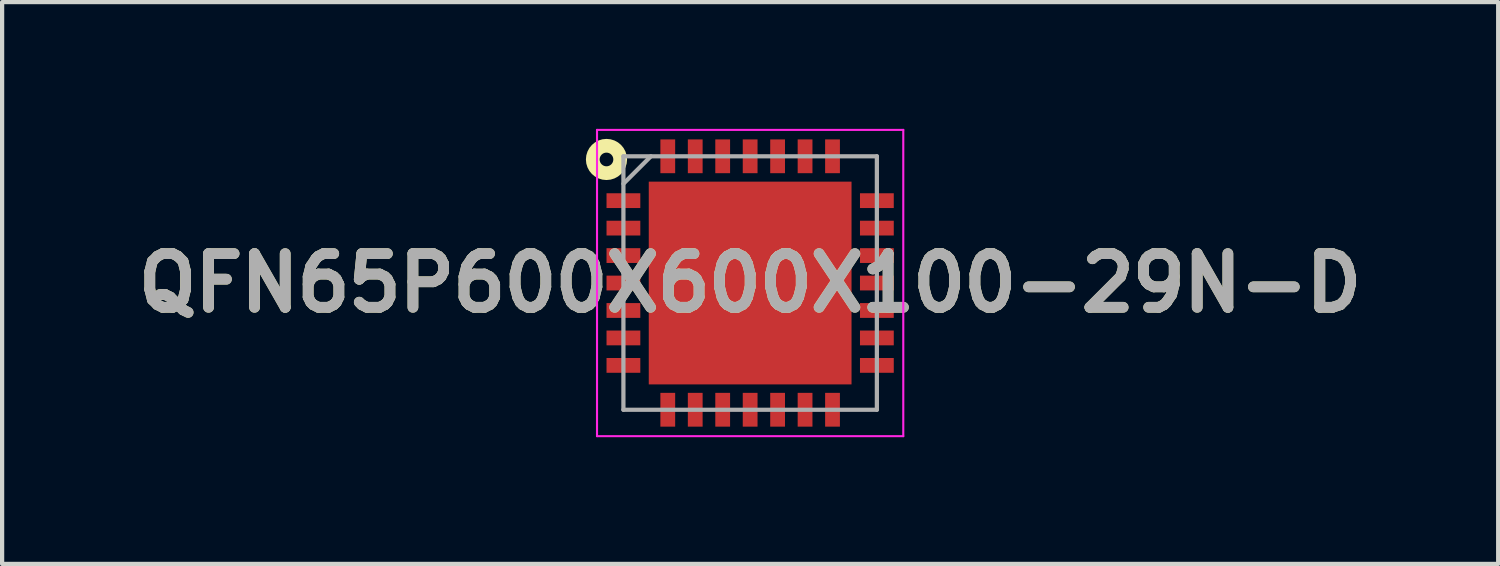
<source format=kicad_pcb>
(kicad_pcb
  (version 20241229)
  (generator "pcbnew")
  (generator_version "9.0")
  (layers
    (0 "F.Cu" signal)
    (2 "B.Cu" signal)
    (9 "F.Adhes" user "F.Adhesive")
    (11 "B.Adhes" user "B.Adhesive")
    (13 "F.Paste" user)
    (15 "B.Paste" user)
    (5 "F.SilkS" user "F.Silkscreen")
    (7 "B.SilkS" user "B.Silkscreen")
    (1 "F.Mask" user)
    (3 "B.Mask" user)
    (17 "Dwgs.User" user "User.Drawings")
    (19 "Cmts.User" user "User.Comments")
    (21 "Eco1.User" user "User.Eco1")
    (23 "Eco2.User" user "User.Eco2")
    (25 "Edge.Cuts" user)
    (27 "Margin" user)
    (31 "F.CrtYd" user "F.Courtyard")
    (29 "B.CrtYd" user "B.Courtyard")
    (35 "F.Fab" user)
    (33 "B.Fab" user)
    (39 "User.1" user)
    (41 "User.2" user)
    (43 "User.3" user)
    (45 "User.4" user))
  (footprint "QFN65P600X600X100-29N-D"
    (layer "F.Cu")
    (at 14.708 3.65)
    (property "Reference" "QFN65P600X600X100-29N-D" (at 0 0 0) (layer "F.SilkS") (effects (font (size 1.27 1.27) (thickness 0.254))))
    (attr smd)
    (fp_circle (center -3.401 -2.925) (end -3.401 -2.763) (stroke (width 0.325) (type solid)) (fill no) (layer "F.SilkS"))
    (fp_line (start -3.625 -3.625) (end 3.625 -3.625) (stroke (width 0.05) (type solid)) (layer "F.CrtYd"))
    (fp_line (start -3.625 3.625) (end -3.625 -3.625) (stroke (width 0.05) (type solid)) (layer "F.CrtYd"))
    (fp_line (start 3.625 -3.625) (end 3.625 3.625) (stroke (width 0.05) (type solid)) (layer "F.CrtYd"))
    (fp_line (start 3.625 3.625) (end -3.625 3.625) (stroke (width 0.05) (type solid)) (layer "F.CrtYd"))
    (fp_line (start -3 -3) (end 3 -3) (stroke (width 0.1) (type solid)) (layer "F.Fab"))
    (fp_line (start -3 -2.35) (end -2.35 -3) (stroke (width 0.1) (type solid)) (layer "F.Fab"))
    (fp_line (start -3 3) (end -3 -3) (stroke (width 0.1) (type solid)) (layer "F.Fab"))
    (fp_line (start 3 -3) (end 3 3) (stroke (width 0.1) (type solid)) (layer "F.Fab"))
    (fp_line (start 3 3) (end -3 3) (stroke (width 0.1) (type solid)) (layer "F.Fab"))
    (fp_text user "${REFERENCE}" (at 0 0 0) (layer "F.Fab") (effects (font (size 1.27 1.27) (thickness 0.254))))
    (pad "1" smd rect (at -3 -1.95 90) (size 0.35 0.8) (layers "F.Cu" "F.Mask" "F.Paste"))
    (pad "2" smd rect (at -3 -1.3 90) (size 0.35 0.8) (layers "F.Cu" "F.Mask" "F.Paste"))
    (pad "3" smd rect (at -3 -0.65 90) (size 0.35 0.8) (layers "F.Cu" "F.Mask" "F.Paste"))
    (pad "4" smd rect (at -3 0 90) (size 0.35 0.8) (layers "F.Cu" "F.Mask" "F.Paste"))
    (pad "5" smd rect (at -3 0.65 90) (size 0.35 0.8) (layers "F.Cu" "F.Mask" "F.Paste"))
    (pad "6" smd rect (at -3 1.3 90) (size 0.35 0.8) (layers "F.Cu" "F.Mask" "F.Paste"))
    (pad "7" smd rect (at -3 1.95 90) (size 0.35 0.8) (layers "F.Cu" "F.Mask" "F.Paste"))
    (pad "8" smd rect (at -1.95 3) (size 0.35 0.8) (layers "F.Cu" "F.Mask" "F.Paste"))
    (pad "9" smd rect (at -1.3 3) (size 0.35 0.8) (layers "F.Cu" "F.Mask" "F.Paste"))
    (pad "10" smd rect (at -0.65 3) (size 0.35 0.8) (layers "F.Cu" "F.Mask" "F.Paste"))
    (pad "11" smd rect (at 0 3) (size 0.35 0.8) (layers "F.Cu" "F.Mask" "F.Paste"))
    (pad "12" smd rect (at 0.65 3) (size 0.35 0.8) (layers "F.Cu" "F.Mask" "F.Paste"))
    (pad "13" smd rect (at 1.3 3) (size 0.35 0.8) (layers "F.Cu" "F.Mask" "F.Paste"))
    (pad "14" smd rect (at 1.95 3) (size 0.35 0.8) (layers "F.Cu" "F.Mask" "F.Paste"))
    (pad "15" smd rect (at 3 1.95 90) (size 0.35 0.8) (layers "F.Cu" "F.Mask" "F.Paste"))
    (pad "16" smd rect (at 3 1.3 90) (size 0.35 0.8) (layers "F.Cu" "F.Mask" "F.Paste"))
    (pad "17" smd rect (at 3 0.65 90) (size 0.35 0.8) (layers "F.Cu" "F.Mask" "F.Paste"))
    (pad "18" smd rect (at 3 0 90) (size 0.35 0.8) (layers "F.Cu" "F.Mask" "F.Paste"))
    (pad "19" smd rect (at 3 -0.65 90) (size 0.35 0.8) (layers "F.Cu" "F.Mask" "F.Paste"))
    (pad "20" smd rect (at 3 -1.3 90) (size 0.35 0.8) (layers "F.Cu" "F.Mask" "F.Paste"))
    (pad "21" smd rect (at 3 -1.95 90) (size 0.35 0.8) (layers "F.Cu" "F.Mask" "F.Paste"))
    (pad "22" smd rect (at 1.95 -3) (size 0.35 0.8) (layers "F.Cu" "F.Mask" "F.Paste"))
    (pad "23" smd rect (at 1.3 -3) (size 0.35 0.8) (layers "F.Cu" "F.Mask" "F.Paste"))
    (pad "24" smd rect (at 0.65 -3) (size 0.35 0.8) (layers "F.Cu" "F.Mask" "F.Paste"))
    (pad "25" smd rect (at 0 -3) (size 0.35 0.8) (layers "F.Cu" "F.Mask" "F.Paste"))
    (pad "26" smd rect (at -0.65 -3) (size 0.35 0.8) (layers "F.Cu" "F.Mask" "F.Paste"))
    (pad "27" smd rect (at -1.3 -3) (size 0.35 0.8) (layers "F.Cu" "F.Mask" "F.Paste"))
    (pad "28" smd rect (at -1.95 -3) (size 0.35 0.8) (layers "F.Cu" "F.Mask" "F.Paste"))
    (pad "29" smd rect (at 0 0) (size 4.8 4.8) (layers "F.Cu" "F.Mask" "F.Paste")))
  (gr_rect
    (start -3 -3)
    (end 32.416 10.3)
    (stroke (width 0.1) (type default))
    (fill no)
    (layer "Edge.Cuts")))
</source>
